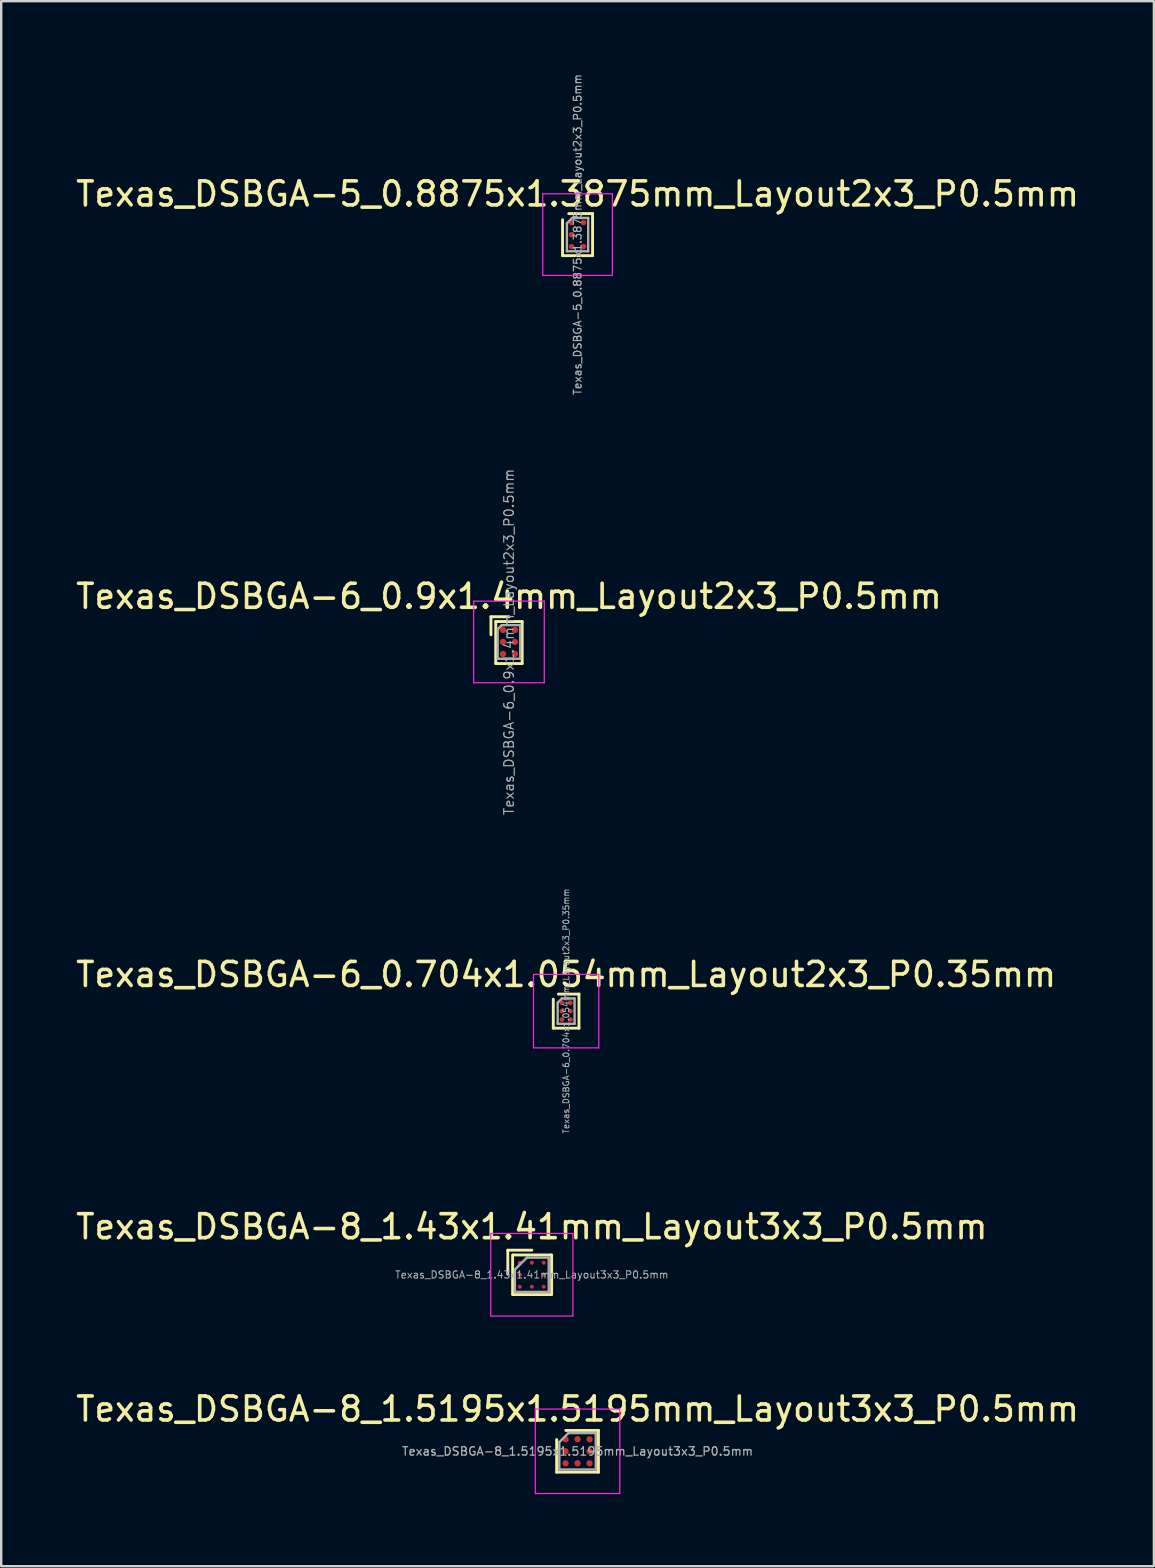
<source format=kicad_pcb>
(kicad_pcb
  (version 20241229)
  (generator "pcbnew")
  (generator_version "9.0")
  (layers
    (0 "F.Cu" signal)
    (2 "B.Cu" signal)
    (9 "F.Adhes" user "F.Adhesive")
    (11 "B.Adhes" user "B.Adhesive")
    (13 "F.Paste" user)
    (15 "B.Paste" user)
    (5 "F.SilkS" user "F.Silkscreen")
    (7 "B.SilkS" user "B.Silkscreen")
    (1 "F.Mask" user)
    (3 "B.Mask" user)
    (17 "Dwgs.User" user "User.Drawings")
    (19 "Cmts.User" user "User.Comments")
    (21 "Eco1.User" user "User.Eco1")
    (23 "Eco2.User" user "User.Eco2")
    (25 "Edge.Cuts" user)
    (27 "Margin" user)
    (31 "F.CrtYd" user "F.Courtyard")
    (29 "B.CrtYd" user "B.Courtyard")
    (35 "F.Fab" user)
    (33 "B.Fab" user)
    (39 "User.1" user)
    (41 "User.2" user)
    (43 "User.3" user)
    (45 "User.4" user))
  (footprint "Texas_DSBGA-6_0.9x1.4mm_Layout2x3_P0.5mm"
    (layer "F.Cu")
    (at 18.149 23.688)
    (property "Reference" "Texas_DSBGA-6_0.9x1.4mm_Layout2x3_P0.5mm" (at 0 -1.9 0) (layer "F.SilkS") (effects (font (size 1 1) (thickness 0.15))))
    (attr smd)
    (fp_line (start -0.75 -1.05) (end -0.75 -0.3) (stroke (width 0.12) (type solid)) (layer "F.SilkS"))
    (fp_line (start -0.55 -0.85) (end -0.55 0.9) (stroke (width 0.12) (type solid)) (layer "F.SilkS"))
    (fp_line (start -0.55 0.9) (end 0.55 0.9) (stroke (width 0.12) (type solid)) (layer "F.SilkS"))
    (fp_line (start 0 -1.05) (end -0.75 -1.05) (stroke (width 0.12) (type solid)) (layer "F.SilkS"))
    (fp_line (start 0.55 -0.85) (end -0.55 -0.85) (stroke (width 0.12) (type solid)) (layer "F.SilkS"))
    (fp_line (start 0.55 -0.85) (end 0.55 0.9) (stroke (width 0.12) (type solid)) (layer "F.SilkS"))
    (fp_line (start -1.47 -1.7) (end -1.47 1.7) (stroke (width 0.05) (type solid)) (layer "F.CrtYd"))
    (fp_line (start -1.47 -1.7) (end 1.47 -1.7) (stroke (width 0.05) (type solid)) (layer "F.CrtYd"))
    (fp_line (start 1.47 1.7) (end -1.47 1.7) (stroke (width 0.05) (type solid)) (layer "F.CrtYd"))
    (fp_line (start 1.47 1.7) (end 1.47 -1.7) (stroke (width 0.05) (type solid)) (layer "F.CrtYd"))
    (fp_line (start -0.47 -0.53) (end -0.47 0.7) (stroke (width 0.1) (type solid)) (layer "F.Fab"))
    (fp_line (start -0.47 -0.53) (end -0.3 -0.7) (stroke (width 0.1) (type solid)) (layer "F.Fab"))
    (fp_line (start -0.47 0.7) (end 0.47 0.7) (stroke (width 0.1) (type solid)) (layer "F.Fab"))
    (fp_line (start 0.47 -0.7) (end -0.3 -0.7) (stroke (width 0.1) (type solid)) (layer "F.Fab"))
    (fp_line (start 0.47 0.7) (end 0.47 -0.7) (stroke (width 0.1) (type solid)) (layer "F.Fab"))
    (fp_text user "${REFERENCE}" (at 0 0 90) (layer "F.Fab") (effects (font (size 0.4 0.4) (thickness 0.05))))
    (pad "" smd rect (at -0.25 -0.5) (size 0.3 0.3) (layers "F.Paste"))
    (pad "" smd rect (at -0.25 0) (size 0.3 0.3) (layers "F.Paste"))
    (pad "" smd rect (at -0.25 0.5) (size 0.3 0.3) (layers "F.Paste"))
    (pad "" smd rect (at 0.25 -0.5) (size 0.3 0.3) (layers "F.Paste"))
    (pad "" smd rect (at 0.25 0) (size 0.3 0.3) (layers "F.Paste"))
    (pad "" smd rect (at 0.25 0.5) (size 0.3 0.3) (layers "F.Paste"))
    (pad "A1" smd circle (at -0.25 -0.5) (size 0.265 0.265) (layers "F.Cu" "F.Mask"))
    (pad "A2" smd circle (at 0.25 -0.5) (size 0.265 0.265) (layers "F.Cu" "F.Mask"))
    (pad "B1" smd circle (at -0.25 0) (size 0.265 0.265) (layers "F.Cu" "F.Mask"))
    (pad "B2" smd circle (at 0.25 0) (size 0.265 0.265) (layers "F.Cu" "F.Mask"))
    (pad "C1" smd circle (at -0.25 0.5) (size 0.265 0.265) (layers "F.Cu" "F.Mask"))
    (pad "C2" smd circle (at 0.25 0.5) (size 0.265 0.265) (layers "F.Cu" "F.Mask")))
  (footprint "Texas_DSBGA-8_1.43x1.41mm_Layout3x3_P0.5mm"
    (layer "F.Cu")
    (at 19.101 50.046)
    (property "Reference" "Texas_DSBGA-8_1.43x1.41mm_Layout3x3_P0.5mm" (at 0 -2 0) (layer "F.SilkS") (effects (font (size 1 1) (thickness 0.15))))
    (attr smd)
    (fp_line (start -1 -1.025) (end -1 -0.025) (stroke (width 0.12) (type solid)) (layer "F.SilkS"))
    (fp_line (start -0.8 -0.825) (end -0.8 0.8) (stroke (width 0.12) (type solid)) (layer "F.SilkS"))
    (fp_line (start -0.775 -0.825) (end 0.815 -0.825) (stroke (width 0.12) (type solid)) (layer "F.SilkS"))
    (fp_line (start 0 -1.025) (end -1 -1.025) (stroke (width 0.12) (type solid)) (layer "F.SilkS"))
    (fp_line (start 0.815 0.825) (end -0.8 0.825) (stroke (width 0.12) (type solid)) (layer "F.SilkS"))
    (fp_line (start 0.825 -0.825) (end 0.825 0.825) (stroke (width 0.12) (type solid)) (layer "F.SilkS"))
    (fp_line (start -1.71 -1.72) (end -1.71 1.72) (stroke (width 0.05) (type solid)) (layer "F.CrtYd"))
    (fp_line (start -1.71 1.72) (end 1.71 1.72) (stroke (width 0.05) (type solid)) (layer "F.CrtYd"))
    (fp_line (start 1.71 -1.72) (end -1.71 -1.72) (stroke (width 0.05) (type solid)) (layer "F.CrtYd"))
    (fp_line (start 1.71 1.72) (end 1.71 -1.72) (stroke (width 0.05) (type solid)) (layer "F.CrtYd"))
    (fp_line (start -0.705 -0.215) (end -0.705 0.715) (stroke (width 0.1) (type solid)) (layer "F.Fab"))
    (fp_line (start -0.705 -0.215) (end -0.205 -0.715) (stroke (width 0.1) (type solid)) (layer "F.Fab"))
    (fp_line (start -0.705 0.715) (end 0.705 0.715) (stroke (width 0.1) (type solid)) (layer "F.Fab"))
    (fp_line (start 0.705 -0.715) (end -0.205 -0.715) (stroke (width 0.1) (type solid)) (layer "F.Fab"))
    (fp_line (start 0.705 0.715) (end 0.705 -0.715) (stroke (width 0.1) (type solid)) (layer "F.Fab"))
    (fp_text user "${REFERENCE}" (at 0 0 0) (layer "F.Fab") (effects (font (size 0.3 0.3) (thickness 0.04))))
    (pad "" smd rect (at -0.5 -0.5) (size 0.3 0.3) (layers "F.Paste"))
    (pad "" smd rect (at -0.5 0) (size 0.3 0.3) (layers "F.Paste"))
    (pad "" smd rect (at -0.5 0.5) (size 0.3 0.3) (layers "F.Paste"))
    (pad "" smd rect (at 0 -0.5) (size 0.3 0.3) (layers "F.Paste"))
    (pad "" smd rect (at 0 0.5) (size 0.3 0.3) (layers "F.Paste"))
    (pad "" smd rect (at 0.5 -0.5) (size 0.3 0.3) (layers "F.Paste"))
    (pad "" smd rect (at 0.5 0) (size 0.3 0.3) (layers "F.Paste"))
    (pad "" smd rect (at 0.5 0.5) (size 0.3 0.3) (layers "F.Paste"))
    (pad "A1" smd circle (at -0.5 -0.5) (size 0.165 0.165) (layers "F.Cu" "F.Mask"))
    (pad "A2" smd circle (at 0 -0.5) (size 0.165 0.165) (layers "F.Cu" "F.Mask"))
    (pad "A3" smd circle (at 0.5 -0.5) (size 0.165 0.165) (layers "F.Cu" "F.Mask"))
    (pad "B1" smd circle (at -0.5 0) (size 0.165 0.165) (layers "F.Cu" "F.Mask"))
    (pad "B3" smd circle (at 0.5 0) (size 0.165 0.165) (layers "F.Cu" "F.Mask" "F.Paste"))
    (pad "C1" smd circle (at -0.5 0.5) (size 0.165 0.165) (layers "F.Cu" "F.Mask"))
    (pad "C2" smd circle (at 0 0.5) (size 0.165 0.165) (layers "F.Cu" "F.Mask"))
    (pad "C3" smd circle (at 0.5 0.5) (size 0.165 0.165) (layers "F.Cu" "F.Mask")))
  (footprint "Texas_DSBGA-6_0.704x1.054mm_Layout2x3_P0.35mm"
    (layer "F.Cu")
    (at 20.53 39.065)
    (property "Reference" "Texas_DSBGA-6_0.704x1.054mm_Layout2x3_P0.35mm" (at 0 -1.527 0) (layer "F.SilkS") (effects (font (size 1 1) (thickness 0.15))))
    (attr smd)
    (fp_line (start -0.535 0.71) (end -0.535 -0.497) (stroke (width 0.12) (type solid)) (layer "F.SilkS"))
    (fp_line (start -0.323 -0.71) (end 0.535 -0.71) (stroke (width 0.12) (type solid)) (layer "F.SilkS"))
    (fp_line (start 0.535 -0.71) (end 0.535 0.71) (stroke (width 0.12) (type solid)) (layer "F.SilkS"))
    (fp_line (start 0.535 0.71) (end -0.535 0.71) (stroke (width 0.12) (type solid)) (layer "F.SilkS"))
    (fp_line (start -1.36 -1.53) (end -1.36 1.53) (stroke (width 0.05) (type solid)) (layer "F.CrtYd"))
    (fp_line (start -1.36 1.53) (end 1.36 1.53) (stroke (width 0.05) (type solid)) (layer "F.CrtYd"))
    (fp_line (start 1.36 -1.53) (end -1.36 -1.53) (stroke (width 0.05) (type solid)) (layer "F.CrtYd"))
    (fp_line (start 1.36 1.53) (end 1.36 -1.53) (stroke (width 0.05) (type solid)) (layer "F.CrtYd"))
    (fp_line (start -0.352 -0.351) (end -0.176 -0.527) (stroke (width 0.1) (type solid)) (layer "F.Fab"))
    (fp_line (start -0.352 0.527) (end -0.352 -0.351) (stroke (width 0.1) (type solid)) (layer "F.Fab"))
    (fp_line (start -0.176 -0.527) (end 0.352 -0.527) (stroke (width 0.1) (type solid)) (layer "F.Fab"))
    (fp_line (start 0.352 -0.527) (end 0.352 0.527) (stroke (width 0.1) (type solid)) (layer "F.Fab"))
    (fp_line (start 0.352 0.527) (end -0.352 0.527) (stroke (width 0.1) (type solid)) (layer "F.Fab"))
    (fp_text user "${REFERENCE}" (at 0 0 270) (layer "F.Fab") (effects (font (size 0.25 0.25) (thickness 0.037))))
    (pad "A1" smd circle (at -0.175 -0.35) (size 0.2 0.2) (layers "F.Cu" "F.Mask" "F.Paste"))
    (pad "A2" smd circle (at 0.175 -0.35) (size 0.2 0.2) (layers "F.Cu" "F.Mask" "F.Paste"))
    (pad "B1" smd circle (at -0.175 0) (size 0.2 0.2) (layers "F.Cu" "F.Mask" "F.Paste"))
    (pad "B2" smd circle (at 0.175 0) (size 0.2 0.2) (layers "F.Cu" "F.Mask" "F.Paste"))
    (pad "C1" smd circle (at -0.175 0.35) (size 0.2 0.2) (layers "F.Cu" "F.Mask" "F.Paste"))
    (pad "C2" smd circle (at 0.175 0.35) (size 0.2 0.2) (layers "F.Cu" "F.Mask" "F.Paste")))
  (footprint "Texas_DSBGA-8_1.5195x1.5195mm_Layout3x3_P0.5mm"
    (layer "F.Cu")
    (at 21.006 57.399)
    (property "Reference" "Texas_DSBGA-8_1.5195x1.5195mm_Layout3x3_P0.5mm" (at 0 -1.76 0) (layer "F.SilkS") (effects (font (size 1 1) (thickness 0.15))))
    (attr smd)
    (fp_line (start -0.87 0.87) (end -0.87 -0.49) (stroke (width 0.12) (type solid)) (layer "F.SilkS"))
    (fp_line (start -0.49 -0.87) (end 0.87 -0.87) (stroke (width 0.12) (type solid)) (layer "F.SilkS"))
    (fp_line (start 0.87 -0.87) (end 0.87 0.87) (stroke (width 0.12) (type solid)) (layer "F.SilkS"))
    (fp_line (start 0.87 0.87) (end -0.87 0.87) (stroke (width 0.12) (type solid)) (layer "F.SilkS"))
    (fp_line (start -1.76 -1.76) (end -1.76 1.76) (stroke (width 0.05) (type solid)) (layer "F.CrtYd"))
    (fp_line (start -1.76 1.76) (end 1.76 1.76) (stroke (width 0.05) (type solid)) (layer "F.CrtYd"))
    (fp_line (start 1.76 -1.76) (end -1.76 -1.76) (stroke (width 0.05) (type solid)) (layer "F.CrtYd"))
    (fp_line (start 1.76 1.76) (end 1.76 -1.76) (stroke (width 0.05) (type solid)) (layer "F.CrtYd"))
    (fp_line (start -0.76 -0.38) (end -0.38 -0.76) (stroke (width 0.1) (type solid)) (layer "F.Fab"))
    (fp_line (start -0.76 0.76) (end -0.76 -0.38) (stroke (width 0.1) (type solid)) (layer "F.Fab"))
    (fp_line (start -0.38 -0.76) (end 0.76 -0.76) (stroke (width 0.1) (type solid)) (layer "F.Fab"))
    (fp_line (start 0.76 -0.76) (end 0.76 0.76) (stroke (width 0.1) (type solid)) (layer "F.Fab"))
    (fp_line (start 0.76 0.76) (end -0.76 0.76) (stroke (width 0.1) (type solid)) (layer "F.Fab"))
    (fp_text user "${REFERENCE}" (at 0 0 0) (layer "F.Fab") (effects (font (size 0.35 0.35) (thickness 0.052))))
    (pad "A1" smd circle (at -0.5 -0.5) (size 0.263 0.263) (layers "F.Cu" "F.Mask" "F.Paste"))
    (pad "A2" smd circle (at 0 -0.5) (size 0.263 0.263) (layers "F.Cu" "F.Mask" "F.Paste"))
    (pad "A3" smd circle (at 0.5 -0.5) (size 0.263 0.263) (layers "F.Cu" "F.Mask" "F.Paste"))
    (pad "B1" smd circle (at -0.5 0) (size 0.263 0.263) (layers "F.Cu" "F.Mask" "F.Paste"))
    (pad "B3" smd circle (at 0.5 0) (size 0.263 0.263) (layers "F.Cu" "F.Mask" "F.Paste"))
    (pad "C1" smd circle (at -0.5 0.5) (size 0.263 0.263) (layers "F.Cu" "F.Mask" "F.Paste"))
    (pad "C2" smd circle (at 0 0.5) (size 0.263 0.263) (layers "F.Cu" "F.Mask" "F.Paste"))
    (pad "C3" smd circle (at 0.5 0.5) (size 0.263 0.263) (layers "F.Cu" "F.Mask" "F.Paste")))
  (footprint "Texas_DSBGA-5_0.8875x1.3875mm_Layout2x3_P0.5mm"
    (layer "F.Cu")
    (at 21.006 6.722)
    (property "Reference" "Texas_DSBGA-5_0.8875x1.3875mm_Layout2x3_P0.5mm" (at 0 -1.694 0) (layer "F.SilkS") (effects (font (size 1 1) (thickness 0.15))))
    (attr smd)
    (fp_line (start -0.625 0.875) (end -0.625 -0.618) (stroke (width 0.12) (type solid)) (layer "F.SilkS"))
    (fp_line (start -0.367 -0.875) (end 0.625 -0.875) (stroke (width 0.12) (type solid)) (layer "F.SilkS"))
    (fp_line (start 0.625 -0.875) (end 0.625 0.875) (stroke (width 0.12) (type solid)) (layer "F.SilkS"))
    (fp_line (start 0.625 0.875) (end -0.625 0.875) (stroke (width 0.12) (type solid)) (layer "F.SilkS"))
    (fp_line (start -1.45 -1.7) (end -1.45 1.7) (stroke (width 0.05) (type solid)) (layer "F.CrtYd"))
    (fp_line (start -1.45 1.7) (end 1.45 1.7) (stroke (width 0.05) (type solid)) (layer "F.CrtYd"))
    (fp_line (start 1.45 -1.7) (end -1.45 -1.7) (stroke (width 0.05) (type solid)) (layer "F.CrtYd"))
    (fp_line (start 1.45 1.7) (end 1.45 -1.7) (stroke (width 0.05) (type solid)) (layer "F.CrtYd"))
    (fp_line (start -0.444 -0.472) (end -0.222 -0.694) (stroke (width 0.1) (type solid)) (layer "F.Fab"))
    (fp_line (start -0.444 0.694) (end -0.444 -0.472) (stroke (width 0.1) (type solid)) (layer "F.Fab"))
    (fp_line (start -0.222 -0.694) (end 0.444 -0.694) (stroke (width 0.1) (type solid)) (layer "F.Fab"))
    (fp_line (start 0.444 -0.694) (end 0.444 0.694) (stroke (width 0.1) (type solid)) (layer "F.Fab"))
    (fp_line (start 0.444 0.694) (end -0.444 0.694) (stroke (width 0.1) (type solid)) (layer "F.Fab"))
    (fp_text user "${REFERENCE}" (at 0 0 270) (layer "F.Fab") (effects (font (size 0.32 0.32) (thickness 0.048))))
    (pad "A1" smd circle (at -0.25 -0.5) (size 0.23 0.23) (layers "F.Cu" "F.Mask" "F.Paste"))
    (pad "A2" smd circle (at 0.25 -0.5) (size 0.23 0.23) (layers "F.Cu" "F.Mask" "F.Paste"))
    (pad "B1" smd circle (at -0.25 0) (size 0.23 0.23) (layers "F.Cu" "F.Mask" "F.Paste"))
    (pad "C1" smd circle (at -0.25 0.5) (size 0.23 0.23) (layers "F.Cu" "F.Mask" "F.Paste"))
    (pad "C2" smd circle (at 0.25 0.5) (size 0.23 0.23) (layers "F.Cu" "F.Mask" "F.Paste")))
  (gr_rect
    (start -3 -3)
    (end 45.012 62.184)
    (stroke (width 0.1) (type default))
    (fill no)
    (layer "Edge.Cuts")))
</source>
